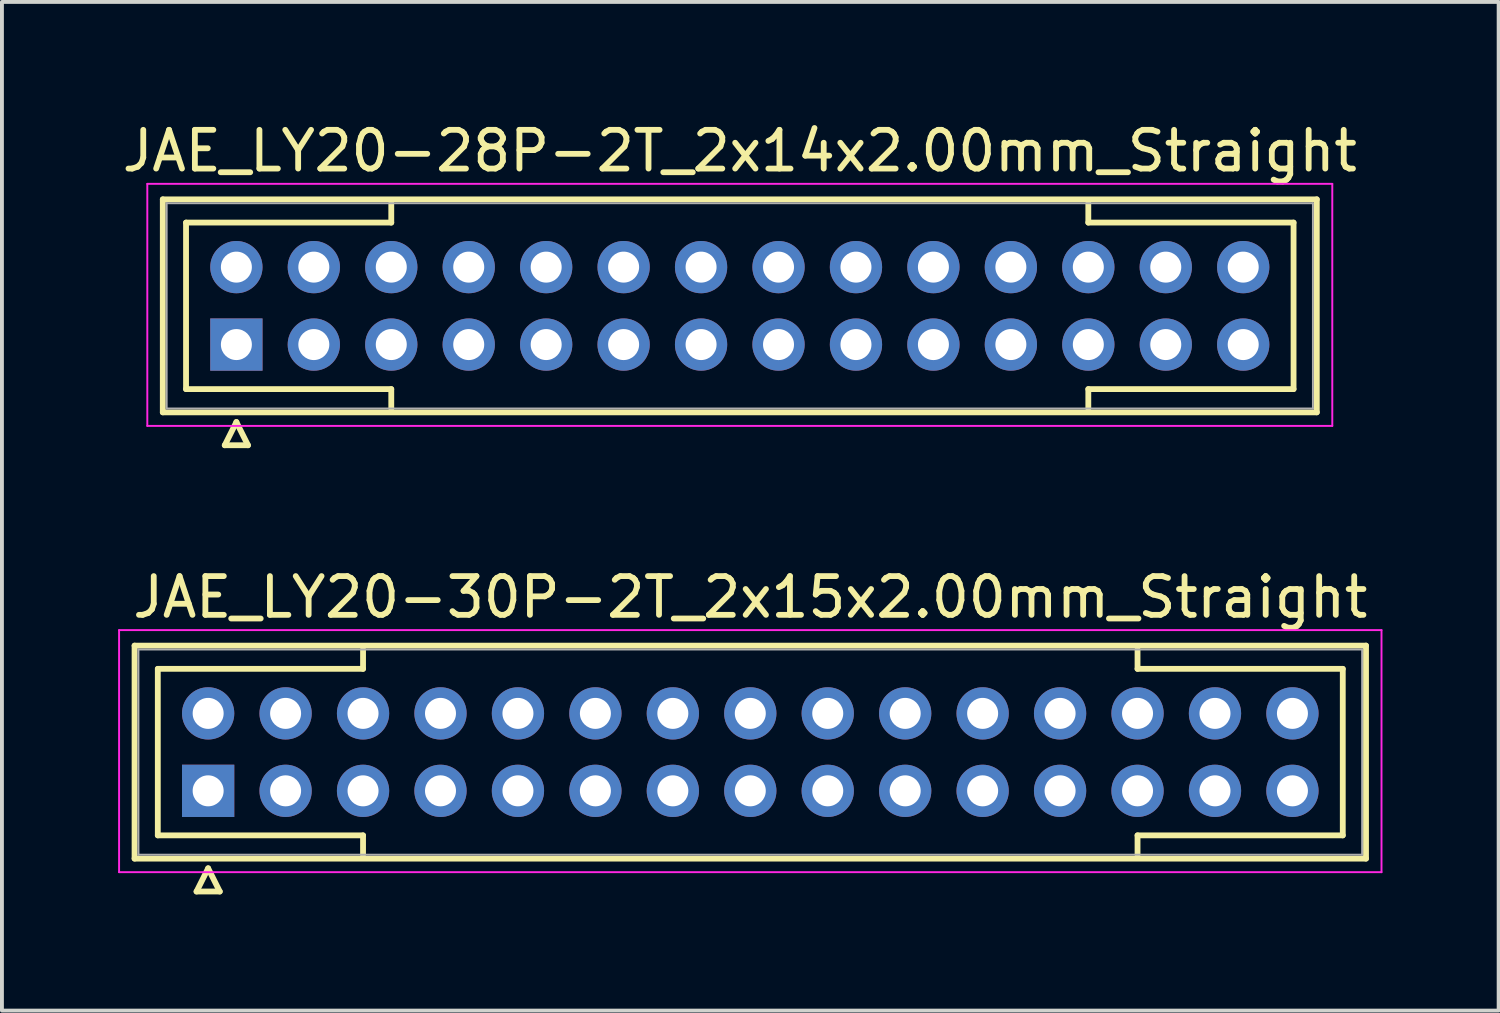
<source format=kicad_pcb>
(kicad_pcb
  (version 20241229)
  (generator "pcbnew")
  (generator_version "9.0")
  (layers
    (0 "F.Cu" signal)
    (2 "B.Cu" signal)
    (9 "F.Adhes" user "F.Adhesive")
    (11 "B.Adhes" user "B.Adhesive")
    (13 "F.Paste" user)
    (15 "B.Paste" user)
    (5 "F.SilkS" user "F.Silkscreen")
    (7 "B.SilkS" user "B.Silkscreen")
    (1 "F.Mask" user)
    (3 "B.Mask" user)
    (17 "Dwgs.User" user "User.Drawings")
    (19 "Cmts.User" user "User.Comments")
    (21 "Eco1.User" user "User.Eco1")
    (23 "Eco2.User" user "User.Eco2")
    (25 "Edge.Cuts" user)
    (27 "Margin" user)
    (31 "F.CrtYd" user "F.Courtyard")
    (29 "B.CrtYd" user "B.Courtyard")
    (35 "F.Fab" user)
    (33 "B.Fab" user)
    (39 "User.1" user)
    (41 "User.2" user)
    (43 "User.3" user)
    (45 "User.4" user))
  (footprint "JAE_LY20-30P-2T_2x15x2.00mm_Straight"
    (layer "F.Cu")
    (at 2.325 17.372)
    (property "Reference" "JAE_LY20-30P-2T_2x15x2.00mm_Straight" (at 14 -5 0) (layer "F.SilkS") (effects (font (size 1 1) (thickness 0.15))))
    (attr through_hole)
    (fp_line (start -1.9 -3.75) (end -1.9 1.75) (stroke (width 0.15) (type solid)) (layer "F.SilkS"))
    (fp_line (start -1.9 1.75) (end 29.9 1.75) (stroke (width 0.15) (type solid)) (layer "F.SilkS"))
    (fp_line (start -1.3 -3.15) (end 4 -3.15) (stroke (width 0.15) (type solid)) (layer "F.SilkS"))
    (fp_line (start -1.3 1.15) (end -1.3 -3.15) (stroke (width 0.15) (type solid)) (layer "F.SilkS"))
    (fp_line (start -0.3 2.6) (end 0.3 2.6) (stroke (width 0.15) (type solid)) (layer "F.SilkS"))
    (fp_line (start 0 2) (end -0.3 2.6) (stroke (width 0.15) (type solid)) (layer "F.SilkS"))
    (fp_line (start 0.3 2.6) (end 0 2) (stroke (width 0.15) (type solid)) (layer "F.SilkS"))
    (fp_line (start 4 -3.15) (end 4 -3.65) (stroke (width 0.15) (type solid)) (layer "F.SilkS"))
    (fp_line (start 4 1.15) (end -1.3 1.15) (stroke (width 0.15) (type solid)) (layer "F.SilkS"))
    (fp_line (start 4 1.65) (end 4 1.15) (stroke (width 0.15) (type solid)) (layer "F.SilkS"))
    (fp_line (start 24 -3.15) (end 24 -3.65) (stroke (width 0.15) (type solid)) (layer "F.SilkS"))
    (fp_line (start 24 1.15) (end 29.3 1.15) (stroke (width 0.15) (type solid)) (layer "F.SilkS"))
    (fp_line (start 24 1.65) (end 24 1.15) (stroke (width 0.15) (type solid)) (layer "F.SilkS"))
    (fp_line (start 29.3 -3.15) (end 24 -3.15) (stroke (width 0.15) (type solid)) (layer "F.SilkS"))
    (fp_line (start 29.3 1.15) (end 29.3 -3.15) (stroke (width 0.15) (type solid)) (layer "F.SilkS"))
    (fp_line (start 29.9 -3.75) (end -1.9 -3.75) (stroke (width 0.15) (type solid)) (layer "F.SilkS"))
    (fp_line (start 29.9 1.75) (end 29.9 -3.75) (stroke (width 0.15) (type solid)) (layer "F.SilkS"))
    (fp_line (start -2.3 -4.15) (end -2.3 2.1) (stroke (width 0.05) (type solid)) (layer "F.CrtYd"))
    (fp_line (start -2.3 2.1) (end 30.3 2.1) (stroke (width 0.05) (type solid)) (layer "F.CrtYd"))
    (fp_line (start 30.3 -4.15) (end -2.3 -4.15) (stroke (width 0.05) (type solid)) (layer "F.CrtYd"))
    (fp_line (start 30.3 2.1) (end 30.3 -4.15) (stroke (width 0.05) (type solid)) (layer "F.CrtYd"))
    (fp_line (start -1.8 -3.65) (end -1.8 1.65) (stroke (width 0.05) (type solid)) (layer "F.Fab"))
    (fp_line (start -1.8 1.65) (end 29.8 1.65) (stroke (width 0.05) (type solid)) (layer "F.Fab"))
    (fp_line (start 29.8 -3.65) (end -1.8 -3.65) (stroke (width 0.05) (type solid)) (layer "F.Fab"))
    (fp_line (start 29.8 1.65) (end 29.8 -3.65) (stroke (width 0.05) (type solid)) (layer "F.Fab"))
    (pad "1" thru_hole rect (at 0 0) (size 1.35 1.35) (drill 0.8) (layers "*.Cu" "*.Mask"))
    (pad "2" thru_hole circle (at 2 0) (size 1.35 1.35) (drill 0.8) (layers "*.Cu" "*.Mask"))
    (pad "3" thru_hole circle (at 4 0) (size 1.35 1.35) (drill 0.8) (layers "*.Cu" "*.Mask"))
    (pad "4" thru_hole circle (at 6 0) (size 1.35 1.35) (drill 0.8) (layers "*.Cu" "*.Mask"))
    (pad "5" thru_hole circle (at 8 0) (size 1.35 1.35) (drill 0.8) (layers "*.Cu" "*.Mask"))
    (pad "6" thru_hole circle (at 10 0) (size 1.35 1.35) (drill 0.8) (layers "*.Cu" "*.Mask"))
    (pad "7" thru_hole circle (at 12 0) (size 1.35 1.35) (drill 0.8) (layers "*.Cu" "*.Mask"))
    (pad "8" thru_hole circle (at 14 0) (size 1.35 1.35) (drill 0.8) (layers "*.Cu" "*.Mask"))
    (pad "9" thru_hole circle (at 16 0) (size 1.35 1.35) (drill 0.8) (layers "*.Cu" "*.Mask"))
    (pad "10" thru_hole circle (at 18 0) (size 1.35 1.35) (drill 0.8) (layers "*.Cu" "*.Mask"))
    (pad "11" thru_hole circle (at 20 0) (size 1.35 1.35) (drill 0.8) (layers "*.Cu" "*.Mask"))
    (pad "12" thru_hole circle (at 22 0) (size 1.35 1.35) (drill 0.8) (layers "*.Cu" "*.Mask"))
    (pad "13" thru_hole circle (at 24 0) (size 1.35 1.35) (drill 0.8) (layers "*.Cu" "*.Mask"))
    (pad "14" thru_hole circle (at 26 0) (size 1.35 1.35) (drill 0.8) (layers "*.Cu" "*.Mask"))
    (pad "15" thru_hole circle (at 28 0) (size 1.35 1.35) (drill 0.8) (layers "*.Cu" "*.Mask"))
    (pad "16" thru_hole circle (at 0 -2) (size 1.35 1.35) (drill 0.8) (layers "*.Cu" "*.Mask"))
    (pad "17" thru_hole circle (at 2 -2) (size 1.35 1.35) (drill 0.8) (layers "*.Cu" "*.Mask"))
    (pad "18" thru_hole circle (at 4 -2) (size 1.35 1.35) (drill 0.8) (layers "*.Cu" "*.Mask"))
    (pad "19" thru_hole circle (at 6 -2) (size 1.35 1.35) (drill 0.8) (layers "*.Cu" "*.Mask"))
    (pad "20" thru_hole circle (at 8 -2) (size 1.35 1.35) (drill 0.8) (layers "*.Cu" "*.Mask"))
    (pad "21" thru_hole circle (at 10 -2) (size 1.35 1.35) (drill 0.8) (layers "*.Cu" "*.Mask"))
    (pad "22" thru_hole circle (at 12 -2) (size 1.35 1.35) (drill 0.8) (layers "*.Cu" "*.Mask"))
    (pad "23" thru_hole circle (at 14 -2) (size 1.35 1.35) (drill 0.8) (layers "*.Cu" "*.Mask"))
    (pad "24" thru_hole circle (at 16 -2) (size 1.35 1.35) (drill 0.8) (layers "*.Cu" "*.Mask"))
    (pad "25" thru_hole circle (at 18 -2) (size 1.35 1.35) (drill 0.8) (layers "*.Cu" "*.Mask"))
    (pad "26" thru_hole circle (at 20 -2) (size 1.35 1.35) (drill 0.8) (layers "*.Cu" "*.Mask"))
    (pad "27" thru_hole circle (at 22 -2) (size 1.35 1.35) (drill 0.8) (layers "*.Cu" "*.Mask"))
    (pad "28" thru_hole circle (at 24 -2) (size 1.35 1.35) (drill 0.8) (layers "*.Cu" "*.Mask"))
    (pad "29" thru_hole circle (at 26 -2) (size 1.35 1.35) (drill 0.8) (layers "*.Cu" "*.Mask"))
    (pad "30" thru_hole circle (at 28 -2) (size 1.35 1.35) (drill 0.8) (layers "*.Cu" "*.Mask")))
  (footprint "JAE_LY20-28P-2T_2x14x2.00mm_Straight"
    (layer "F.Cu")
    (at 3.054 5.848)
    (property "Reference" "JAE_LY20-28P-2T_2x14x2.00mm_Straight" (at 13 -5 0) (layer "F.SilkS") (effects (font (size 1 1) (thickness 0.15))))
    (attr through_hole)
    (fp_line (start -1.9 -3.75) (end -1.9 1.75) (stroke (width 0.15) (type solid)) (layer "F.SilkS"))
    (fp_line (start -1.9 1.75) (end 27.9 1.75) (stroke (width 0.15) (type solid)) (layer "F.SilkS"))
    (fp_line (start -1.3 -3.15) (end 4 -3.15) (stroke (width 0.15) (type solid)) (layer "F.SilkS"))
    (fp_line (start -1.3 1.15) (end -1.3 -3.15) (stroke (width 0.15) (type solid)) (layer "F.SilkS"))
    (fp_line (start -0.3 2.6) (end 0.3 2.6) (stroke (width 0.15) (type solid)) (layer "F.SilkS"))
    (fp_line (start 0 2) (end -0.3 2.6) (stroke (width 0.15) (type solid)) (layer "F.SilkS"))
    (fp_line (start 0.3 2.6) (end 0 2) (stroke (width 0.15) (type solid)) (layer "F.SilkS"))
    (fp_line (start 4 -3.15) (end 4 -3.65) (stroke (width 0.15) (type solid)) (layer "F.SilkS"))
    (fp_line (start 4 1.15) (end -1.3 1.15) (stroke (width 0.15) (type solid)) (layer "F.SilkS"))
    (fp_line (start 4 1.65) (end 4 1.15) (stroke (width 0.15) (type solid)) (layer "F.SilkS"))
    (fp_line (start 22 -3.15) (end 22 -3.65) (stroke (width 0.15) (type solid)) (layer "F.SilkS"))
    (fp_line (start 22 1.15) (end 27.3 1.15) (stroke (width 0.15) (type solid)) (layer "F.SilkS"))
    (fp_line (start 22 1.65) (end 22 1.15) (stroke (width 0.15) (type solid)) (layer "F.SilkS"))
    (fp_line (start 27.3 -3.15) (end 22 -3.15) (stroke (width 0.15) (type solid)) (layer "F.SilkS"))
    (fp_line (start 27.3 1.15) (end 27.3 -3.15) (stroke (width 0.15) (type solid)) (layer "F.SilkS"))
    (fp_line (start 27.9 -3.75) (end -1.9 -3.75) (stroke (width 0.15) (type solid)) (layer "F.SilkS"))
    (fp_line (start 27.9 1.75) (end 27.9 -3.75) (stroke (width 0.15) (type solid)) (layer "F.SilkS"))
    (fp_line (start -2.3 -4.15) (end -2.3 2.1) (stroke (width 0.05) (type solid)) (layer "F.CrtYd"))
    (fp_line (start -2.3 2.1) (end 28.3 2.1) (stroke (width 0.05) (type solid)) (layer "F.CrtYd"))
    (fp_line (start 28.3 -4.15) (end -2.3 -4.15) (stroke (width 0.05) (type solid)) (layer "F.CrtYd"))
    (fp_line (start 28.3 2.1) (end 28.3 -4.15) (stroke (width 0.05) (type solid)) (layer "F.CrtYd"))
    (fp_line (start -1.8 -3.65) (end -1.8 1.65) (stroke (width 0.05) (type solid)) (layer "F.Fab"))
    (fp_line (start -1.8 1.65) (end 27.8 1.65) (stroke (width 0.05) (type solid)) (layer "F.Fab"))
    (fp_line (start 27.8 -3.65) (end -1.8 -3.65) (stroke (width 0.05) (type solid)) (layer "F.Fab"))
    (fp_line (start 27.8 1.65) (end 27.8 -3.65) (stroke (width 0.05) (type solid)) (layer "F.Fab"))
    (pad "1" thru_hole rect (at 0 0) (size 1.35 1.35) (drill 0.8) (layers "*.Cu" "*.Mask"))
    (pad "2" thru_hole circle (at 2 0) (size 1.35 1.35) (drill 0.8) (layers "*.Cu" "*.Mask"))
    (pad "3" thru_hole circle (at 4 0) (size 1.35 1.35) (drill 0.8) (layers "*.Cu" "*.Mask"))
    (pad "4" thru_hole circle (at 6 0) (size 1.35 1.35) (drill 0.8) (layers "*.Cu" "*.Mask"))
    (pad "5" thru_hole circle (at 8 0) (size 1.35 1.35) (drill 0.8) (layers "*.Cu" "*.Mask"))
    (pad "6" thru_hole circle (at 10 0) (size 1.35 1.35) (drill 0.8) (layers "*.Cu" "*.Mask"))
    (pad "7" thru_hole circle (at 12 0) (size 1.35 1.35) (drill 0.8) (layers "*.Cu" "*.Mask"))
    (pad "8" thru_hole circle (at 14 0) (size 1.35 1.35) (drill 0.8) (layers "*.Cu" "*.Mask"))
    (pad "9" thru_hole circle (at 16 0) (size 1.35 1.35) (drill 0.8) (layers "*.Cu" "*.Mask"))
    (pad "10" thru_hole circle (at 18 0) (size 1.35 1.35) (drill 0.8) (layers "*.Cu" "*.Mask"))
    (pad "11" thru_hole circle (at 20 0) (size 1.35 1.35) (drill 0.8) (layers "*.Cu" "*.Mask"))
    (pad "12" thru_hole circle (at 22 0) (size 1.35 1.35) (drill 0.8) (layers "*.Cu" "*.Mask"))
    (pad "13" thru_hole circle (at 24 0) (size 1.35 1.35) (drill 0.8) (layers "*.Cu" "*.Mask"))
    (pad "14" thru_hole circle (at 26 0) (size 1.35 1.35) (drill 0.8) (layers "*.Cu" "*.Mask"))
    (pad "15" thru_hole circle (at 0 -2) (size 1.35 1.35) (drill 0.8) (layers "*.Cu" "*.Mask"))
    (pad "16" thru_hole circle (at 2 -2) (size 1.35 1.35) (drill 0.8) (layers "*.Cu" "*.Mask"))
    (pad "17" thru_hole circle (at 4 -2) (size 1.35 1.35) (drill 0.8) (layers "*.Cu" "*.Mask"))
    (pad "18" thru_hole circle (at 6 -2) (size 1.35 1.35) (drill 0.8) (layers "*.Cu" "*.Mask"))
    (pad "19" thru_hole circle (at 8 -2) (size 1.35 1.35) (drill 0.8) (layers "*.Cu" "*.Mask"))
    (pad "20" thru_hole circle (at 10 -2) (size 1.35 1.35) (drill 0.8) (layers "*.Cu" "*.Mask"))
    (pad "21" thru_hole circle (at 12 -2) (size 1.35 1.35) (drill 0.8) (layers "*.Cu" "*.Mask"))
    (pad "22" thru_hole circle (at 14 -2) (size 1.35 1.35) (drill 0.8) (layers "*.Cu" "*.Mask"))
    (pad "23" thru_hole circle (at 16 -2) (size 1.35 1.35) (drill 0.8) (layers "*.Cu" "*.Mask"))
    (pad "24" thru_hole circle (at 18 -2) (size 1.35 1.35) (drill 0.8) (layers "*.Cu" "*.Mask"))
    (pad "25" thru_hole circle (at 20 -2) (size 1.35 1.35) (drill 0.8) (layers "*.Cu" "*.Mask"))
    (pad "26" thru_hole circle (at 22 -2) (size 1.35 1.35) (drill 0.8) (layers "*.Cu" "*.Mask"))
    (pad "27" thru_hole circle (at 24 -2) (size 1.35 1.35) (drill 0.8) (layers "*.Cu" "*.Mask"))
    (pad "28" thru_hole circle (at 26 -2) (size 1.35 1.35) (drill 0.8) (layers "*.Cu" "*.Mask")))
  (gr_rect
    (start -3 -3)
    (end 35.65 23.047)
    (stroke (width 0.1) (type default))
    (fill no)
    (layer "Edge.Cuts")))
</source>
